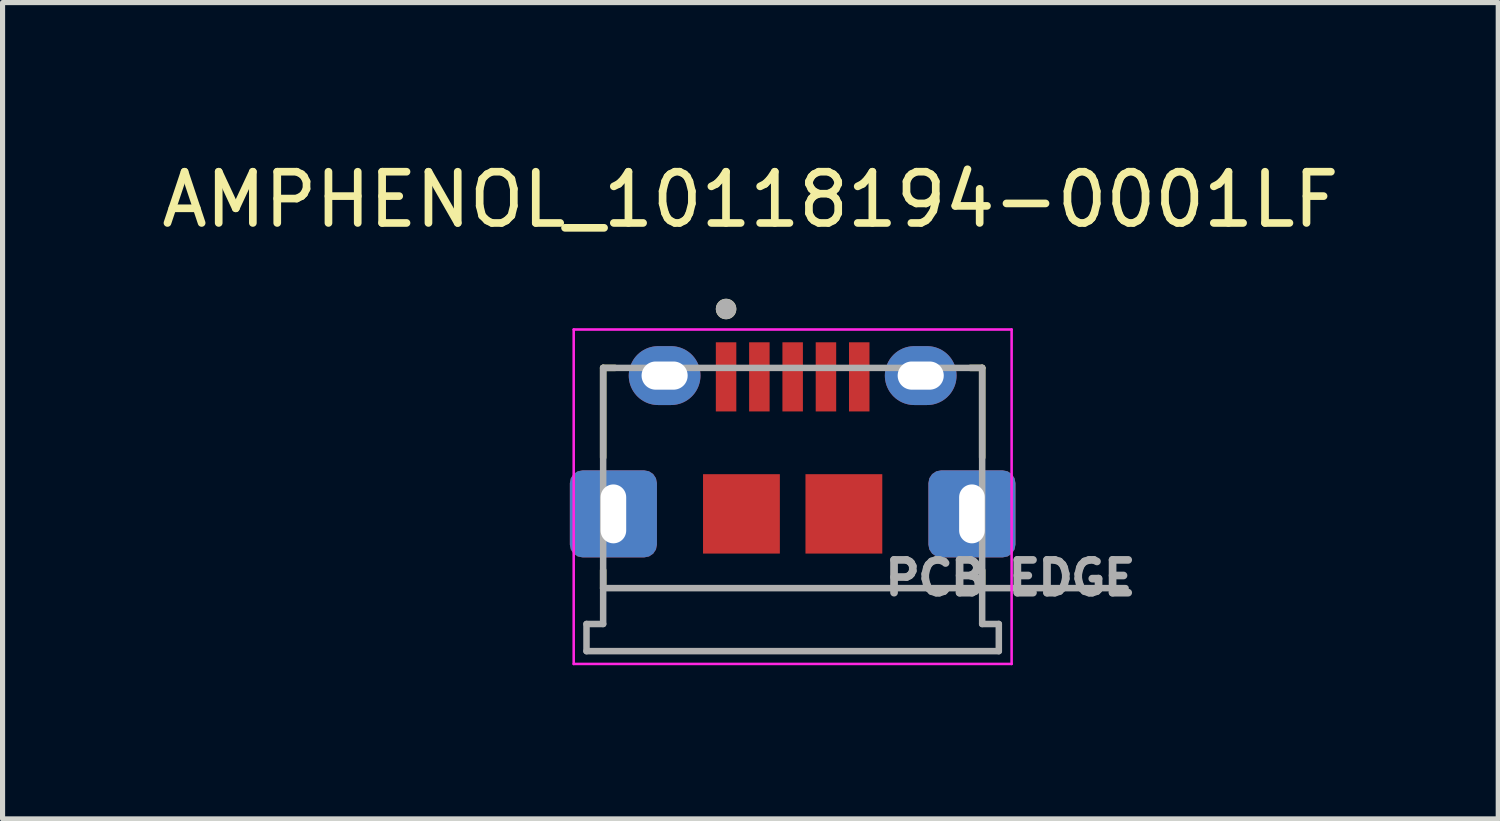
<source format=kicad_pcb>
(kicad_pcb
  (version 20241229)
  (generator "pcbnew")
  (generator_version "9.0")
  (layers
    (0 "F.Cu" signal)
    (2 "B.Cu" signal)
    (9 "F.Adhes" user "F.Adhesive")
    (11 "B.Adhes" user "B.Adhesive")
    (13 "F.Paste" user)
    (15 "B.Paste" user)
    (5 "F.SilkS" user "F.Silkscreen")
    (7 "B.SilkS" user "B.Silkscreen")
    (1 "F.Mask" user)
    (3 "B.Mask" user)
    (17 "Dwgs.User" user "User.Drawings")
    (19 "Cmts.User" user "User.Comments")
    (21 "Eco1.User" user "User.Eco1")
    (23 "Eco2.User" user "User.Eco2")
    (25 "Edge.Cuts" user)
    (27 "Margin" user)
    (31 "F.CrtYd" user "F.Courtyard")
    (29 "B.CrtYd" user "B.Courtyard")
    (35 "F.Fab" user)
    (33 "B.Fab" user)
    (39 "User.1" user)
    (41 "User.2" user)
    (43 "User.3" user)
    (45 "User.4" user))
  (footprint "AMPHENOL_10118194-0001LF"
    (layer "F.Cu")
    (at 12.426 6.983)
    (property "Reference" "AMPHENOL_10118194-0001LF" (at -0.825 -6.135 0) (layer "F.SilkS") (effects (font (size 1 1) (thickness 0.15))))
    (attr smd)
    (fp_poly (pts (xy -2.2 0.875) (xy -3.445 0.875) (xy -3.476 0.874) (xy -3.508 0.872) (xy -3.539 0.868) (xy -3.57 0.862) (xy -3.6 0.855) (xy -3.63 0.846) (xy -3.66 0.835) (xy -3.689 0.823) (xy -3.717 0.81) (xy -3.745 0.795) (xy -3.772 0.778) (xy -3.798 0.76) (xy -3.823 0.741) (xy -3.846 0.721) (xy -3.869 0.699) (xy -3.891 0.676) (xy -3.911 0.653) (xy -3.93 0.628) (xy -3.948 0.602) (xy -3.965 0.575) (xy -3.98 0.547) (xy -3.993 0.519) (xy -4.005 0.49) (xy -4.016 0.46) (xy -4.025 0.43) (xy -4.032 0.4) (xy -4.038 0.369) (xy -4.042 0.338) (xy -4.044 0.306) (xy -4.045 0.275) (xy -4.045 -0.275) (xy -4.044 -0.306) (xy -4.042 -0.338) (xy -4.038 -0.369) (xy -4.032 -0.4) (xy -4.025 -0.43) (xy -4.016 -0.46) (xy -4.005 -0.49) (xy -3.993 -0.519) (xy -3.98 -0.547) (xy -3.965 -0.575) (xy -3.948 -0.602) (xy -3.93 -0.628) (xy -3.911 -0.653) (xy -3.891 -0.676) (xy -3.869 -0.699) (xy -3.846 -0.721) (xy -3.823 -0.741) (xy -3.798 -0.76) (xy -3.772 -0.778) (xy -3.745 -0.795) (xy -3.717 -0.81) (xy -3.689 -0.823) (xy -3.66 -0.835) (xy -3.63 -0.846) (xy -3.6 -0.855) (xy -3.57 -0.862) (xy -3.539 -0.868) (xy -3.508 -0.872) (xy -3.476 -0.874) (xy -3.445 -0.875) (xy -2.2 -0.875) (xy -2.2 0.875)) (stroke (width 0.01) (type solid)) (fill yes) (layer "F.Mask"))
    (fp_poly (pts (xy 2.2 -0.875) (xy 3.445 -0.875) (xy 3.476 -0.874) (xy 3.508 -0.872) (xy 3.539 -0.868) (xy 3.57 -0.862) (xy 3.6 -0.855) (xy 3.63 -0.846) (xy 3.66 -0.835) (xy 3.689 -0.823) (xy 3.717 -0.81) (xy 3.745 -0.795) (xy 3.772 -0.778) (xy 3.798 -0.76) (xy 3.823 -0.741) (xy 3.846 -0.721) (xy 3.869 -0.699) (xy 3.891 -0.676) (xy 3.911 -0.653) (xy 3.93 -0.628) (xy 3.948 -0.602) (xy 3.965 -0.575) (xy 3.98 -0.547) (xy 3.993 -0.519) (xy 4.005 -0.49) (xy 4.016 -0.46) (xy 4.025 -0.43) (xy 4.032 -0.4) (xy 4.038 -0.369) (xy 4.042 -0.338) (xy 4.044 -0.306) (xy 4.045 -0.275) (xy 4.045 0.275) (xy 4.044 0.306) (xy 4.042 0.338) (xy 4.038 0.369) (xy 4.032 0.4) (xy 4.025 0.43) (xy 4.016 0.46) (xy 4.005 0.49) (xy 3.993 0.519) (xy 3.98 0.547) (xy 3.965 0.575) (xy 3.948 0.602) (xy 3.93 0.628) (xy 3.911 0.653) (xy 3.891 0.676) (xy 3.869 0.699) (xy 3.846 0.721) (xy 3.823 0.741) (xy 3.798 0.76) (xy 3.772 0.778) (xy 3.745 0.795) (xy 3.717 0.81) (xy 3.689 0.823) (xy 3.66 0.835) (xy 3.63 0.846) (xy 3.6 0.855) (xy 3.57 0.862) (xy 3.539 0.868) (xy 3.508 0.872) (xy 3.476 0.874) (xy 3.445 0.875) (xy 2.2 0.875) (xy 2.2 -0.875)) (stroke (width 0.01) (type solid)) (fill yes) (layer "F.Mask"))
    (fp_poly (pts (xy -3.013 -0.388) (xy -3.013 0.388) (xy -3.013 0.413) (xy -3.015 0.438) (xy -3.019 0.464) (xy -3.023 0.489) (xy -3.029 0.514) (xy -3.036 0.538) (xy -3.045 0.562) (xy -3.055 0.586) (xy -3.066 0.609) (xy -3.078 0.631) (xy -3.091 0.653) (xy -3.106 0.674) (xy -3.121 0.694) (xy -3.138 0.714) (xy -3.155 0.732) (xy -3.174 0.75) (xy -3.193 0.766) (xy -3.213 0.782) (xy -3.234 0.796) (xy -3.256 0.81) (xy -3.279 0.822) (xy -3.302 0.833) (xy -3.325 0.843) (xy -3.349 0.851) (xy -3.374 0.858) (xy -3.399 0.864) (xy -3.424 0.869) (xy -3.449 0.872) (xy -3.474 0.874) (xy -3.5 0.875) (xy -3.526 0.874) (xy -3.551 0.872) (xy -3.576 0.869) (xy -3.601 0.864) (xy -3.626 0.858) (xy -3.651 0.851) (xy -3.675 0.843) (xy -3.698 0.833) (xy -3.721 0.822) (xy -3.744 0.81) (xy -3.766 0.796) (xy -3.787 0.782) (xy -3.807 0.766) (xy -3.826 0.75) (xy -3.845 0.732) (xy -3.862 0.714) (xy -3.879 0.694) (xy -3.894 0.674) (xy -3.909 0.653) (xy -3.922 0.631) (xy -3.934 0.609) (xy -3.945 0.586) (xy -3.955 0.562) (xy -3.964 0.538) (xy -3.971 0.514) (xy -3.977 0.489) (xy -3.981 0.464) (xy -3.985 0.438) (xy -3.987 0.413) (xy -3.987 0.388) (xy -3.987 -0.388) (xy -3.987 -0.413) (xy -3.985 -0.438) (xy -3.981 -0.464) (xy -3.977 -0.489) (xy -3.971 -0.514) (xy -3.964 -0.538) (xy -3.955 -0.562) (xy -3.945 -0.586) (xy -3.934 -0.609) (xy -3.922 -0.631) (xy -3.909 -0.653) (xy -3.894 -0.674) (xy -3.879 -0.694) (xy -3.862 -0.714) (xy -3.845 -0.732) (xy -3.826 -0.75) (xy -3.807 -0.766) (xy -3.787 -0.782) (xy -3.766 -0.796) (xy -3.744 -0.81) (xy -3.721 -0.822) (xy -3.698 -0.833) (xy -3.675 -0.843) (xy -3.651 -0.851) (xy -3.626 -0.858) (xy -3.601 -0.864) (xy -3.576 -0.869) (xy -3.551 -0.872) (xy -3.526 -0.874) (xy -3.5 -0.875) (xy -3.474 -0.874) (xy -3.449 -0.872) (xy -3.424 -0.869) (xy -3.399 -0.864) (xy -3.374 -0.858) (xy -3.349 -0.851) (xy -3.325 -0.843) (xy -3.302 -0.833) (xy -3.279 -0.822) (xy -3.256 -0.81) (xy -3.234 -0.796) (xy -3.213 -0.782) (xy -3.193 -0.766) (xy -3.174 -0.75) (xy -3.155 -0.732) (xy -3.138 -0.714) (xy -3.121 -0.694) (xy -3.106 -0.674) (xy -3.091 -0.653) (xy -3.078 -0.631) (xy -3.066 -0.609) (xy -3.055 -0.586) (xy -3.045 -0.562) (xy -3.036 -0.538) (xy -3.029 -0.514) (xy -3.023 -0.489) (xy -3.019 -0.464) (xy -3.015 -0.438) (xy -3.013 -0.413) (xy -3.013 -0.388) (xy -3.013 -0.388)) (stroke (width 0.01) (type solid)) (fill yes) (layer "B.Mask"))
    (fp_poly (pts (xy 3.987 -0.388) (xy 3.987 0.388) (xy 3.987 0.413) (xy 3.985 0.438) (xy 3.981 0.464) (xy 3.977 0.489) (xy 3.971 0.514) (xy 3.964 0.538) (xy 3.955 0.562) (xy 3.945 0.586) (xy 3.934 0.609) (xy 3.922 0.631) (xy 3.909 0.653) (xy 3.894 0.674) (xy 3.879 0.694) (xy 3.862 0.714) (xy 3.845 0.732) (xy 3.826 0.75) (xy 3.807 0.766) (xy 3.787 0.782) (xy 3.766 0.796) (xy 3.744 0.81) (xy 3.721 0.822) (xy 3.698 0.833) (xy 3.675 0.843) (xy 3.651 0.851) (xy 3.626 0.858) (xy 3.601 0.864) (xy 3.576 0.869) (xy 3.551 0.872) (xy 3.526 0.874) (xy 3.5 0.875) (xy 3.474 0.874) (xy 3.449 0.872) (xy 3.424 0.869) (xy 3.399 0.864) (xy 3.374 0.858) (xy 3.349 0.851) (xy 3.325 0.843) (xy 3.302 0.833) (xy 3.279 0.822) (xy 3.256 0.81) (xy 3.234 0.796) (xy 3.213 0.782) (xy 3.193 0.766) (xy 3.174 0.75) (xy 3.155 0.732) (xy 3.138 0.714) (xy 3.121 0.694) (xy 3.106 0.674) (xy 3.091 0.653) (xy 3.078 0.631) (xy 3.066 0.609) (xy 3.055 0.586) (xy 3.045 0.562) (xy 3.036 0.538) (xy 3.029 0.514) (xy 3.023 0.489) (xy 3.019 0.464) (xy 3.015 0.438) (xy 3.013 0.413) (xy 3.013 0.388) (xy 3.013 -0.388) (xy 3.013 -0.413) (xy 3.015 -0.438) (xy 3.019 -0.464) (xy 3.023 -0.489) (xy 3.029 -0.514) (xy 3.036 -0.538) (xy 3.045 -0.562) (xy 3.055 -0.586) (xy 3.066 -0.609) (xy 3.078 -0.631) (xy 3.091 -0.653) (xy 3.106 -0.674) (xy 3.121 -0.694) (xy 3.138 -0.714) (xy 3.155 -0.732) (xy 3.174 -0.75) (xy 3.193 -0.766) (xy 3.213 -0.782) (xy 3.234 -0.796) (xy 3.256 -0.81) (xy 3.279 -0.822) (xy 3.302 -0.833) (xy 3.325 -0.843) (xy 3.349 -0.851) (xy 3.374 -0.858) (xy 3.399 -0.864) (xy 3.424 -0.869) (xy 3.449 -0.872) (xy 3.474 -0.874) (xy 3.5 -0.875) (xy 3.526 -0.874) (xy 3.551 -0.872) (xy 3.576 -0.869) (xy 3.601 -0.864) (xy 3.626 -0.858) (xy 3.651 -0.851) (xy 3.675 -0.843) (xy 3.698 -0.833) (xy 3.721 -0.822) (xy 3.744 -0.81) (xy 3.766 -0.796) (xy 3.787 -0.782) (xy 3.807 -0.766) (xy 3.826 -0.75) (xy 3.845 -0.732) (xy 3.862 -0.714) (xy 3.879 -0.694) (xy 3.894 -0.674) (xy 3.909 -0.653) (xy 3.922 -0.631) (xy 3.934 -0.609) (xy 3.945 -0.586) (xy 3.955 -0.562) (xy 3.964 -0.538) (xy 3.971 -0.514) (xy 3.977 -0.489) (xy 3.981 -0.464) (xy 3.985 -0.438) (xy 3.987 -0.413) (xy 3.987 -0.388) (xy 3.987 -0.388)) (stroke (width 0.01) (type solid)) (fill yes) (layer "B.Mask"))
    (fp_line (start -3.7 -2.85) (end -3.47 -2.85) (stroke (width 0.127) (type solid)) (layer "F.SilkS"))
    (fp_line (start -3.7 -1.1) (end -3.7 -2.85) (stroke (width 0.127) (type solid)) (layer "F.SilkS"))
    (fp_line (start -3.7 1.45) (end -3.7 1.1) (stroke (width 0.127) (type solid)) (layer "F.SilkS"))
    (fp_line (start 3.47 -2.85) (end 3.7 -2.85) (stroke (width 0.127) (type solid)) (layer "F.SilkS"))
    (fp_line (start 3.7 -2.85) (end 3.7 -1.1) (stroke (width 0.127) (type solid)) (layer "F.SilkS"))
    (fp_line (start 3.7 1.1) (end 3.7 1.45) (stroke (width 0.127) (type solid)) (layer "F.SilkS"))
    (fp_circle (center -1.3 -4) (end -1.2 -4) (stroke (width 0.2) (type solid)) (fill no) (layer "F.SilkS"))
    (fp_poly (pts (xy -2.3 0.775) (xy -3.445 0.775) (xy -3.471 0.774) (xy -3.497 0.772) (xy -3.523 0.769) (xy -3.549 0.764) (xy -3.574 0.758) (xy -3.6 0.751) (xy -3.624 0.742) (xy -3.648 0.732) (xy -3.672 0.721) (xy -3.695 0.708) (xy -3.717 0.694) (xy -3.739 0.68) (xy -3.76 0.664) (xy -3.78 0.647) (xy -3.799 0.629) (xy -3.817 0.61) (xy -3.834 0.59) (xy -3.85 0.569) (xy -3.864 0.547) (xy -3.878 0.525) (xy -3.891 0.502) (xy -3.902 0.478) (xy -3.912 0.454) (xy -3.921 0.43) (xy -3.928 0.404) (xy -3.934 0.379) (xy -3.939 0.353) (xy -3.942 0.327) (xy -3.944 0.301) (xy -3.945 0.275) (xy -3.945 -0.275) (xy -3.944 -0.301) (xy -3.942 -0.327) (xy -3.939 -0.353) (xy -3.934 -0.379) (xy -3.928 -0.404) (xy -3.921 -0.43) (xy -3.912 -0.454) (xy -3.902 -0.478) (xy -3.891 -0.502) (xy -3.878 -0.525) (xy -3.864 -0.547) (xy -3.85 -0.569) (xy -3.834 -0.59) (xy -3.817 -0.61) (xy -3.799 -0.629) (xy -3.78 -0.647) (xy -3.76 -0.664) (xy -3.739 -0.68) (xy -3.717 -0.694) (xy -3.695 -0.708) (xy -3.672 -0.721) (xy -3.648 -0.732) (xy -3.624 -0.742) (xy -3.6 -0.751) (xy -3.574 -0.758) (xy -3.549 -0.764) (xy -3.523 -0.769) (xy -3.497 -0.772) (xy -3.471 -0.774) (xy -3.445 -0.775) (xy -2.3 -0.775) (xy -2.3 0.775)) (stroke (width 0.01) (type solid)) (fill yes) (layer "F.Paste"))
    (fp_poly (pts (xy 2.3 -0.775) (xy 3.445 -0.775) (xy 3.471 -0.774) (xy 3.497 -0.772) (xy 3.523 -0.769) (xy 3.549 -0.764) (xy 3.574 -0.758) (xy 3.6 -0.751) (xy 3.624 -0.742) (xy 3.648 -0.732) (xy 3.672 -0.721) (xy 3.695 -0.708) (xy 3.717 -0.694) (xy 3.739 -0.68) (xy 3.76 -0.664) (xy 3.78 -0.647) (xy 3.799 -0.629) (xy 3.817 -0.61) (xy 3.834 -0.59) (xy 3.85 -0.569) (xy 3.864 -0.547) (xy 3.878 -0.525) (xy 3.891 -0.502) (xy 3.902 -0.478) (xy 3.912 -0.454) (xy 3.921 -0.43) (xy 3.928 -0.404) (xy 3.934 -0.379) (xy 3.939 -0.353) (xy 3.942 -0.327) (xy 3.944 -0.301) (xy 3.945 -0.275) (xy 3.945 0.275) (xy 3.944 0.301) (xy 3.942 0.327) (xy 3.939 0.353) (xy 3.934 0.379) (xy 3.928 0.404) (xy 3.921 0.43) (xy 3.912 0.454) (xy 3.902 0.478) (xy 3.891 0.502) (xy 3.878 0.525) (xy 3.864 0.547) (xy 3.85 0.569) (xy 3.834 0.59) (xy 3.817 0.61) (xy 3.799 0.629) (xy 3.78 0.647) (xy 3.76 0.664) (xy 3.739 0.68) (xy 3.717 0.694) (xy 3.695 0.708) (xy 3.672 0.721) (xy 3.648 0.732) (xy 3.624 0.742) (xy 3.6 0.751) (xy 3.574 0.758) (xy 3.549 0.764) (xy 3.523 0.769) (xy 3.497 0.772) (xy 3.471 0.774) (xy 3.445 0.775) (xy 2.3 0.775) (xy 2.3 -0.775)) (stroke (width 0.01) (type solid)) (fill yes) (layer "F.Paste"))
    (fp_line (start -4.275 -3.6) (end -4.275 2.93) (stroke (width 0.05) (type solid)) (layer "F.CrtYd"))
    (fp_line (start -4.275 2.93) (end 4.275 2.93) (stroke (width 0.05) (type solid)) (layer "F.CrtYd"))
    (fp_line (start 4.275 -3.6) (end -4.275 -3.6) (stroke (width 0.05) (type solid)) (layer "F.CrtYd"))
    (fp_line (start 4.275 2.93) (end 4.275 -3.6) (stroke (width 0.05) (type solid)) (layer "F.CrtYd"))
    (fp_line (start -4.025 2.15) (end -3.7 2.15) (stroke (width 0.127) (type solid)) (layer "F.Fab"))
    (fp_line (start -4.025 2.68) (end -4.025 2.15) (stroke (width 0.127) (type solid)) (layer "F.Fab"))
    (fp_line (start -3.7 -2.85) (end 3.7 -2.85) (stroke (width 0.127) (type solid)) (layer "F.Fab"))
    (fp_line (start -3.7 1.45) (end -3.7 -2.85) (stroke (width 0.127) (type solid)) (layer "F.Fab"))
    (fp_line (start -3.7 1.45) (end 6.5 1.45) (stroke (width 0.127) (type solid)) (layer "F.Fab"))
    (fp_line (start -3.7 2.15) (end -3.7 1.45) (stroke (width 0.127) (type solid)) (layer "F.Fab"))
    (fp_line (start 3.7 -2.85) (end 3.7 2.15) (stroke (width 0.127) (type solid)) (layer "F.Fab"))
    (fp_line (start 4.025 2.15) (end 3.7 2.15) (stroke (width 0.127) (type solid)) (layer "F.Fab"))
    (fp_line (start 4.025 2.68) (end -4.025 2.68) (stroke (width 0.127) (type solid)) (layer "F.Fab"))
    (fp_line (start 4.025 2.68) (end 4.025 2.15) (stroke (width 0.127) (type solid)) (layer "F.Fab"))
    (fp_circle (center -1.3 -4) (end -1.2 -4) (stroke (width 0.2) (type solid)) (fill no) (layer "F.Fab"))
    (fp_text user "PCB EDGE" (at 4.25 1.25 0) (layer "F.Fab") (effects (font (size 0.64 0.64) (thickness 0.15))))
    (pad "1" smd rect (at -1.3 -2.675) (size 0.4 1.35) (layers "F.Cu" "F.Mask" "F.Paste"))
    (pad "2" smd rect (at -0.65 -2.675) (size 0.4 1.35) (layers "F.Cu" "F.Mask" "F.Paste"))
    (pad "3" smd rect (at 0 -2.675) (size 0.4 1.35) (layers "F.Cu" "F.Mask" "F.Paste"))
    (pad "4" smd rect (at 0.65 -2.675) (size 0.4 1.35) (layers "F.Cu" "F.Mask" "F.Paste"))
    (pad "5" smd rect (at 1.3 -2.675) (size 0.4 1.35) (layers "F.Cu" "F.Mask" "F.Paste"))
    (pad "6" thru_hole roundrect (at -3.5 0) (size 1.7 1.7) (drill oval 0.5 1.15) (layers "*.Cu") (roundrect_rratio 0.147))
    (pad "6" thru_hole oval (at -2.5 -2.7) (size 1.4 1.15) (drill oval 0.9 0.55) (layers "*.Cu" "*.Mask"))
    (pad "6" smd rect (at -1 0) (size 1.5 1.55) (layers "F.Cu" "F.Mask" "F.Paste"))
    (pad "6" smd rect (at 1 0) (size 1.5 1.55) (layers "F.Cu" "F.Mask" "F.Paste"))
    (pad "6" thru_hole oval (at 2.5 -2.7) (size 1.4 1.15) (drill oval 0.9 0.55) (layers "*.Cu" "*.Mask"))
    (pad "6" thru_hole roundrect (at 3.5 0) (size 1.7 1.7) (drill oval 0.5 1.15) (layers "*.Cu") (roundrect_rratio 0.147)))
  (gr_rect
    (start -3 -3)
    (end 26.202 12.938)
    (stroke (width 0.1) (type default))
    (fill no)
    (layer "Edge.Cuts")))
</source>
